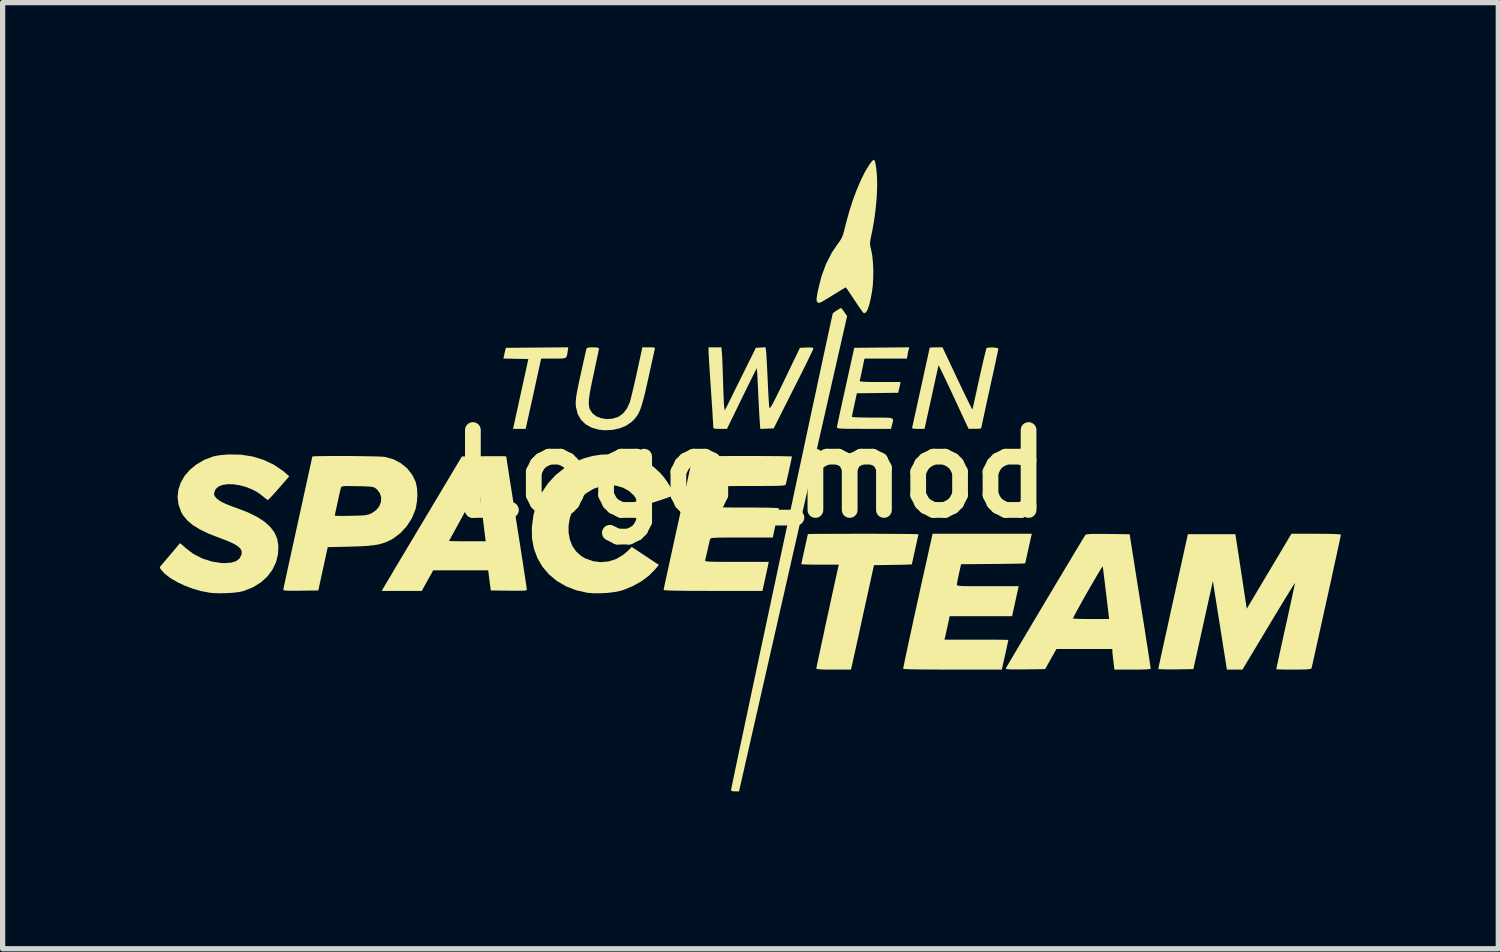
<source format=kicad_pcb>
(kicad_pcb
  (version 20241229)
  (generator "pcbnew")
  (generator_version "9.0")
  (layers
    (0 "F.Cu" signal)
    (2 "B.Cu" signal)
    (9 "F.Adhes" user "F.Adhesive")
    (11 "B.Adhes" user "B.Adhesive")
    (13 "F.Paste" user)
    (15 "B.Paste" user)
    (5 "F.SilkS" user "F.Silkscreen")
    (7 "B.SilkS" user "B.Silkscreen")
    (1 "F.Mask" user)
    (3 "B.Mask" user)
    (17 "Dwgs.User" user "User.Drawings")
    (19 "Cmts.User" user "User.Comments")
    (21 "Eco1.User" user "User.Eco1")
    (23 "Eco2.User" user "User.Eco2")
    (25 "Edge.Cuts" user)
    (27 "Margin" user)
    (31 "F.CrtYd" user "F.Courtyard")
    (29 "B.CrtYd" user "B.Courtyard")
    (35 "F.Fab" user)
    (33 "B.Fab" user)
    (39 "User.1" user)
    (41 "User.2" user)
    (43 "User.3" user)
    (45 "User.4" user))
  (footprint "Logo_mod"
    (layer "F.Cu")
    (at 11.264 5.984)
    (property "Reference" "Logo_mod" (at 0 0 0) (layer "F.SilkS") (effects (font (size 1.524 1.524) (thickness 0.3))))
    (attr board_only exclude_from_pos_files exclude_from_bom)
    (fp_poly (pts (xy -3.491 -2.329) (xy -3.499 -2.277) (xy -3.508 -2.24) (xy -3.525 -2.217) (xy -3.554 -2.204) (xy -3.603 -2.198) (xy -3.676 -2.197) (xy -3.759 -2.197) (xy -3.996 -2.197) (xy -4.116 -1.648) (xy -4.147 -1.506) (xy -4.177 -1.37) (xy -4.205 -1.245) (xy -4.229 -1.137) (xy -4.248 -1.05) (xy -4.261 -0.991) (xy -4.264 -0.978) (xy -4.291 -0.857) (xy -4.532 -0.857) (xy -4.464 -1.166) (xy -4.437 -1.288) (xy -4.406 -1.433) (xy -4.372 -1.586) (xy -4.34 -1.734) (xy -4.318 -1.831) (xy -4.24 -2.188) (xy -4.477 -2.193) (xy -4.715 -2.198) (xy -4.703 -2.256) (xy -4.691 -2.312) (xy -4.68 -2.358) (xy -4.668 -2.402) (xy -4.074 -2.407) (xy -3.479 -2.412)) (stroke (width 0) (type solid)) (fill yes) (layer "F.SilkS"))
    (fp_poly (pts (xy 1.736 -3.148) (xy 1.763 -3.114) (xy 1.784 -3.084) (xy 1.838 -3.007) (xy 0.807 1.524) (xy -0.223 6.055) (xy -0.299 6.055) (xy -0.35 6.052) (xy -0.373 6.039) (xy -0.375 6.028) (xy -0.371 6.008) (xy -0.361 5.955) (xy -0.343 5.87) (xy -0.319 5.756) (xy -0.29 5.615) (xy -0.254 5.447) (xy -0.214 5.255) (xy -0.168 5.04) (xy -0.118 4.805) (xy -0.064 4.551) (xy -0.007 4.28) (xy 0.054 3.994) (xy 0.118 3.694) (xy 0.184 3.382) (xy 0.253 3.06) (xy 0.323 2.73) (xy 0.395 2.393) (xy 0.468 2.052) (xy 0.541 1.708) (xy 0.615 1.363) (xy 0.689 1.018) (xy 0.762 0.676) (xy 0.834 0.337) (xy 0.905 0.005) (xy 0.975 -0.319) (xy 1.042 -0.634) (xy 1.107 -0.938) (xy 1.169 -1.228) (xy 1.229 -1.504) (xy 1.284 -1.763) (xy 1.336 -2.004) (xy 1.383 -2.225) (xy 1.426 -2.423) (xy 1.464 -2.598) (xy 1.496 -2.748) (xy 1.523 -2.87) (xy 1.543 -2.963) (xy 1.557 -3.026) (xy 1.564 -3.055) (xy 1.565 -3.058) (xy 1.584 -3.075) (xy 1.621 -3.102) (xy 1.665 -3.13) (xy 1.702 -3.153) (xy 1.722 -3.162)) (stroke (width 0) (type solid)) (fill yes) (layer "F.SilkS"))
    (fp_poly (pts (xy 3.012 -2.371) (xy 3.001 -2.326) (xy 2.991 -2.27) (xy 2.99 -2.264) (xy 2.978 -2.197) (xy 2.169 -2.197) (xy 2.127 -1.997) (xy 2.11 -1.915) (xy 2.095 -1.845) (xy 2.083 -1.795) (xy 2.077 -1.774) (xy 2.081 -1.766) (xy 2.1 -1.76) (xy 2.14 -1.756) (xy 2.203 -1.753) (xy 2.293 -1.751) (xy 2.414 -1.751) (xy 2.463 -1.75) (xy 2.857 -1.75) (xy 2.846 -1.692) (xy 2.834 -1.636) (xy 2.822 -1.59) (xy 2.811 -1.545) (xy 2.417 -1.54) (xy 2.024 -1.535) (xy 1.976 -1.317) (xy 1.958 -1.233) (xy 1.943 -1.161) (xy 1.933 -1.11) (xy 1.929 -1.086) (xy 1.929 -1.085) (xy 1.946 -1.081) (xy 1.994 -1.078) (xy 2.067 -1.075) (xy 2.161 -1.073) (xy 2.269 -1.072) (xy 2.322 -1.072) (xy 2.453 -1.072) (xy 2.553 -1.071) (xy 2.625 -1.069) (xy 2.673 -1.063) (xy 2.701 -1.052) (xy 2.713 -1.035) (xy 2.713 -1.01) (xy 2.705 -0.975) (xy 2.695 -0.937) (xy 2.675 -0.857) (xy 2.159 -0.857) (xy 2.01 -0.858) (xy 1.892 -0.858) (xy 1.803 -0.859) (xy 1.738 -0.861) (xy 1.693 -0.864) (xy 1.665 -0.869) (xy 1.651 -0.875) (xy 1.645 -0.883) (xy 1.644 -0.889) (xy 1.648 -0.912) (xy 1.659 -0.967) (xy 1.676 -1.049) (xy 1.699 -1.155) (xy 1.726 -1.28) (xy 1.757 -1.421) (xy 1.791 -1.574) (xy 1.81 -1.661) (xy 1.974 -2.402) (xy 2.499 -2.407) (xy 3.023 -2.412)) (stroke (width 0) (type solid)) (fill yes) (layer "F.SilkS"))
    (fp_poly (pts (xy 2.357 -5.98) (xy 2.372 -5.947) (xy 2.384 -5.884) (xy 2.396 -5.802) (xy 2.409 -5.649) (xy 2.411 -5.469) (xy 2.402 -5.271) (xy 2.383 -5.06) (xy 2.355 -4.845) (xy 2.318 -4.633) (xy 2.302 -4.56) (xy 2.286 -4.48) (xy 2.277 -4.423) (xy 2.275 -4.379) (xy 2.281 -4.336) (xy 2.293 -4.283) (xy 2.296 -4.271) (xy 2.317 -4.164) (xy 2.33 -4.032) (xy 2.337 -3.886) (xy 2.336 -3.736) (xy 2.328 -3.594) (xy 2.314 -3.481) (xy 2.285 -3.328) (xy 2.256 -3.21) (xy 2.227 -3.127) (xy 2.196 -3.078) (xy 2.166 -3.063) (xy 2.149 -3.069) (xy 2.133 -3.088) (xy 2.102 -3.131) (xy 2.058 -3.193) (xy 2.007 -3.269) (xy 1.974 -3.318) (xy 1.921 -3.398) (xy 1.875 -3.467) (xy 1.839 -3.519) (xy 1.817 -3.549) (xy 1.812 -3.555) (xy 1.795 -3.546) (xy 1.753 -3.521) (xy 1.692 -3.484) (xy 1.617 -3.438) (xy 1.575 -3.412) (xy 1.477 -3.352) (xy 1.405 -3.308) (xy 1.354 -3.279) (xy 1.32 -3.264) (xy 1.298 -3.259) (xy 1.284 -3.263) (xy 1.272 -3.273) (xy 1.268 -3.278) (xy 1.258 -3.296) (xy 1.255 -3.325) (xy 1.26 -3.37) (xy 1.271 -3.439) (xy 1.282 -3.497) (xy 1.348 -3.762) (xy 1.435 -3.999) (xy 1.544 -4.213) (xy 1.651 -4.372) (xy 1.69 -4.425) (xy 1.719 -4.47) (xy 1.742 -4.515) (xy 1.762 -4.569) (xy 1.782 -4.639) (xy 1.806 -4.735) (xy 1.812 -4.759) (xy 1.874 -4.986) (xy 1.943 -5.205) (xy 2.019 -5.41) (xy 2.099 -5.597) (xy 2.18 -5.76) (xy 2.261 -5.893) (xy 2.28 -5.92) (xy 2.314 -5.963) (xy 2.339 -5.984)) (stroke (width 0) (type solid)) (fill yes) (layer "F.SilkS"))
    (fp_poly (pts (xy -1.879 -2.411) (xy -1.844 -2.407) (xy -1.829 -2.398) (xy -1.829 -2.38) (xy -1.831 -2.371) (xy -1.837 -2.344) (xy -1.85 -2.286) (xy -1.868 -2.204) (xy -1.891 -2.101) (xy -1.917 -1.983) (xy -1.945 -1.856) (xy -1.946 -1.849) (xy -1.986 -1.67) (xy -2.02 -1.523) (xy -2.051 -1.403) (xy -2.079 -1.305) (xy -2.106 -1.227) (xy -2.134 -1.163) (xy -2.164 -1.111) (xy -2.197 -1.066) (xy -2.236 -1.023) (xy -2.273 -0.988) (xy -2.374 -0.918) (xy -2.498 -0.867) (xy -2.637 -0.837) (xy -2.783 -0.83) (xy -2.893 -0.841) (xy -3.033 -0.88) (xy -3.148 -0.944) (xy -3.237 -1.031) (xy -3.299 -1.14) (xy -3.331 -1.27) (xy -3.336 -1.313) (xy -3.337 -1.358) (xy -3.334 -1.408) (xy -3.328 -1.466) (xy -3.316 -1.54) (xy -3.298 -1.633) (xy -3.274 -1.75) (xy -3.243 -1.893) (xy -3.215 -2.017) (xy -3.19 -2.131) (xy -3.168 -2.229) (xy -3.15 -2.307) (xy -3.138 -2.359) (xy -3.133 -2.38) (xy -3.121 -2.398) (xy -3.094 -2.407) (xy -3.043 -2.411) (xy -3.009 -2.411) (xy -2.941 -2.409) (xy -2.904 -2.401) (xy -2.894 -2.388) (xy -2.897 -2.365) (xy -2.908 -2.312) (xy -2.924 -2.234) (xy -2.945 -2.135) (xy -2.969 -2.022) (xy -2.992 -1.916) (xy -3.027 -1.751) (xy -3.054 -1.617) (xy -3.073 -1.508) (xy -3.084 -1.422) (xy -3.088 -1.354) (xy -3.085 -1.299) (xy -3.075 -1.254) (xy -3.065 -1.225) (xy -3.016 -1.152) (xy -2.943 -1.096) (xy -2.851 -1.06) (xy -2.748 -1.043) (xy -2.642 -1.05) (xy -2.539 -1.08) (xy -2.516 -1.091) (xy -2.432 -1.153) (xy -2.361 -1.243) (xy -2.309 -1.356) (xy -2.305 -1.366) (xy -2.292 -1.413) (xy -2.273 -1.488) (xy -2.249 -1.587) (xy -2.222 -1.703) (xy -2.193 -1.829) (xy -2.168 -1.943) (xy -2.066 -2.411) (xy -1.944 -2.411)) (stroke (width 0) (type solid)) (fill yes) (layer "F.SilkS"))
    (fp_poly (pts (xy 3.94 -1.811) (xy 4.004 -1.676) (xy 4.063 -1.553) (xy 4.116 -1.444) (xy 4.16 -1.354) (xy 4.195 -1.285) (xy 4.218 -1.241) (xy 4.228 -1.226) (xy 4.228 -1.226) (xy 4.232 -1.247) (xy 4.244 -1.298) (xy 4.261 -1.376) (xy 4.283 -1.475) (xy 4.309 -1.593) (xy 4.338 -1.725) (xy 4.357 -1.812) (xy 4.388 -1.95) (xy 4.417 -2.077) (xy 4.443 -2.188) (xy 4.465 -2.28) (xy 4.483 -2.349) (xy 4.494 -2.389) (xy 4.498 -2.398) (xy 4.523 -2.405) (xy 4.572 -2.409) (xy 4.619 -2.408) (xy 4.68 -2.403) (xy 4.712 -2.393) (xy 4.721 -2.378) (xy 4.721 -2.376) (xy 4.716 -2.353) (xy 4.705 -2.299) (xy 4.687 -2.218) (xy 4.665 -2.113) (xy 4.638 -1.989) (xy 4.607 -1.848) (xy 4.573 -1.696) (xy 4.556 -1.614) (xy 4.521 -1.457) (xy 4.489 -1.311) (xy 4.461 -1.18) (xy 4.436 -1.067) (xy 4.417 -0.976) (xy 4.403 -0.91) (xy 4.395 -0.874) (xy 4.394 -0.868) (xy 4.378 -0.863) (xy 4.335 -0.859) (xy 4.275 -0.858) (xy 4.274 -0.858) (xy 4.153 -0.858) (xy 3.94 -1.318) (xy 3.88 -1.446) (xy 3.822 -1.571) (xy 3.767 -1.688) (xy 3.719 -1.79) (xy 3.68 -1.871) (xy 3.654 -1.925) (xy 3.581 -2.072) (xy 3.448 -1.465) (xy 3.314 -0.857) (xy 3.193 -0.857) (xy 3.129 -0.858) (xy 3.094 -0.862) (xy 3.079 -0.871) (xy 3.079 -0.889) (xy 3.081 -0.898) (xy 3.09 -0.935) (xy 3.104 -1.001) (xy 3.124 -1.09) (xy 3.148 -1.198) (xy 3.175 -1.321) (xy 3.204 -1.454) (xy 3.235 -1.594) (xy 3.266 -1.734) (xy 3.296 -1.873) (xy 3.325 -2.004) (xy 3.351 -2.123) (xy 3.374 -2.227) (xy 3.392 -2.311) (xy 3.405 -2.37) (xy 3.411 -2.4) (xy 3.412 -2.403) (xy 3.428 -2.407) (xy 3.471 -2.41) (xy 3.531 -2.411) (xy 3.534 -2.411) (xy 3.657 -2.411)) (stroke (width 0) (type solid)) (fill yes) (layer "F.SilkS"))
    (fp_poly (pts (xy -2.568 -0.371) (xy -2.358 -0.35) (xy -2.172 -0.304) (xy -2.005 -0.233) (xy -1.854 -0.134) (xy -1.716 -0.006) (xy -1.715 -0.005) (xy -1.662 0.057) (xy -1.608 0.131) (xy -1.556 0.21) (xy -1.512 0.285) (xy -1.48 0.35) (xy -1.465 0.396) (xy -1.465 0.403) (xy -1.481 0.414) (xy -1.526 0.433) (xy -1.594 0.458) (xy -1.68 0.488) (xy -1.764 0.516) (xy -1.862 0.547) (xy -1.949 0.576) (xy -2.019 0.598) (xy -2.066 0.613) (xy -2.083 0.619) (xy -2.101 0.608) (xy -2.126 0.573) (xy -2.151 0.528) (xy -2.225 0.416) (xy -2.321 0.328) (xy -2.437 0.264) (xy -2.566 0.226) (xy -2.704 0.216) (xy -2.846 0.234) (xy -2.989 0.283) (xy -3.011 0.294) (xy -3.141 0.374) (xy -3.25 0.474) (xy -3.338 0.589) (xy -3.405 0.716) (xy -3.45 0.849) (xy -3.473 0.986) (xy -3.473 1.121) (xy -3.449 1.251) (xy -3.403 1.371) (xy -3.332 1.477) (xy -3.236 1.565) (xy -3.157 1.612) (xy -3.01 1.665) (xy -2.859 1.685) (xy -2.709 1.671) (xy -2.566 1.624) (xy -2.433 1.546) (xy -2.357 1.482) (xy -2.268 1.395) (xy -2.01 1.566) (xy -1.751 1.737) (xy -1.827 1.827) (xy -1.943 1.944) (xy -2.087 2.051) (xy -2.248 2.141) (xy -2.418 2.211) (xy -2.499 2.235) (xy -2.607 2.256) (xy -2.735 2.271) (xy -2.871 2.278) (xy -3.001 2.278) (xy -3.11 2.269) (xy -3.117 2.268) (xy -3.332 2.219) (xy -3.526 2.143) (xy -3.698 2.042) (xy -3.847 1.918) (xy -3.97 1.773) (xy -4.066 1.61) (xy -4.133 1.43) (xy -4.17 1.235) (xy -4.174 1.027) (xy -4.173 1.018) (xy -4.142 0.783) (xy -4.079 0.563) (xy -3.986 0.362) (xy -3.865 0.181) (xy -3.717 0.021) (xy -3.544 -0.116) (xy -3.346 -0.228) (xy -3.177 -0.296) (xy -3.018 -0.34) (xy -2.853 -0.365) (xy -2.671 -0.373)) (stroke (width 0) (type solid)) (fill yes) (layer "F.SilkS"))
    (fp_poly (pts (xy 2.334 1.143) (xy 2.513 1.144) (xy 2.678 1.145) (xy 2.826 1.146) (xy 2.954 1.147) (xy 3.058 1.148) (xy 3.135 1.15) (xy 3.182 1.151) (xy 3.197 1.153) (xy 3.194 1.173) (xy 3.183 1.221) (xy 3.168 1.293) (xy 3.148 1.38) (xy 3.135 1.442) (xy 3.114 1.536) (xy 3.096 1.618) (xy 3.082 1.681) (xy 3.074 1.718) (xy 3.072 1.726) (xy 3.055 1.728) (xy 3.008 1.73) (xy 2.935 1.733) (xy 2.843 1.735) (xy 2.737 1.736) (xy 2.711 1.737) (xy 2.35 1.742) (xy 2.142 2.688) (xy 2.103 2.868) (xy 2.066 3.039) (xy 2.031 3.197) (xy 2 3.338) (xy 1.973 3.46) (xy 1.951 3.559) (xy 1.935 3.632) (xy 1.925 3.675) (xy 1.923 3.684) (xy 1.911 3.733) (xy 1.58 3.733) (xy 1.458 3.733) (xy 1.367 3.731) (xy 1.305 3.727) (xy 1.268 3.722) (xy 1.252 3.715) (xy 1.25 3.711) (xy 1.254 3.691) (xy 1.265 3.64) (xy 1.281 3.562) (xy 1.303 3.461) (xy 1.329 3.34) (xy 1.358 3.204) (xy 1.39 3.056) (xy 1.423 2.9) (xy 1.458 2.74) (xy 1.493 2.58) (xy 1.527 2.423) (xy 1.559 2.275) (xy 1.589 2.138) (xy 1.616 2.016) (xy 1.639 1.913) (xy 1.656 1.833) (xy 1.668 1.781) (xy 1.67 1.773) (xy 1.68 1.733) (xy 1.322 1.733) (xy 1.214 1.732) (xy 1.118 1.731) (xy 1.041 1.729) (xy 0.989 1.726) (xy 0.965 1.724) (xy 0.965 1.723) (xy 0.968 1.703) (xy 0.979 1.654) (xy 0.994 1.583) (xy 1.013 1.495) (xy 1.027 1.434) (xy 1.048 1.339) (xy 1.066 1.258) (xy 1.08 1.195) (xy 1.088 1.157) (xy 1.09 1.149) (xy 1.107 1.148) (xy 1.157 1.147) (xy 1.236 1.146) (xy 1.342 1.145) (xy 1.471 1.145) (xy 1.621 1.144) (xy 1.787 1.144) (xy 1.967 1.143) (xy 2.143 1.143)) (stroke (width 0) (type solid)) (fill yes) (layer "F.SilkS"))
    (fp_poly (pts (xy -4.772 -0.336) (xy -4.707 -0.335) (xy -4.669 -0.333) (xy -4.662 -0.331) (xy -4.659 -0.312) (xy -4.651 -0.261) (xy -4.639 -0.18) (xy -4.622 -0.073) (xy -4.602 0.059) (xy -4.578 0.211) (xy -4.551 0.382) (xy -4.522 0.568) (xy -4.49 0.767) (xy -4.466 0.926) (xy -4.433 1.133) (xy -4.402 1.33) (xy -4.373 1.515) (xy -4.347 1.683) (xy -4.324 1.834) (xy -4.304 1.962) (xy -4.289 2.066) (xy -4.277 2.143) (xy -4.271 2.19) (xy -4.269 2.203) (xy -4.272 2.214) (xy -4.283 2.221) (xy -4.308 2.226) (xy -4.35 2.229) (xy -4.415 2.23) (xy -4.506 2.23) (xy -4.613 2.229) (xy -4.956 2.224) (xy -5.006 1.84) (xy -6.054 1.84) (xy -6.163 2.036) (xy -6.273 2.233) (xy -7.036 2.233) (xy -6.966 2.112) (xy -6.945 2.077) (xy -6.908 2.015) (xy -6.855 1.927) (xy -6.79 1.816) (xy -6.712 1.686) (xy -6.624 1.538) (xy -6.527 1.376) (xy -6.47 1.28) (xy -5.752 1.28) (xy -5.735 1.282) (xy -5.687 1.284) (xy -5.615 1.285) (xy -5.523 1.286) (xy -5.418 1.286) (xy -5.402 1.286) (xy -5.053 1.286) (xy -5.063 1.21) (xy -5.068 1.17) (xy -5.077 1.1) (xy -5.088 1.008) (xy -5.101 0.901) (xy -5.115 0.785) (xy -5.118 0.759) (xy -5.132 0.643) (xy -5.145 0.534) (xy -5.157 0.44) (xy -5.166 0.367) (xy -5.172 0.322) (xy -5.173 0.316) (xy -5.176 0.298) (xy -5.181 0.288) (xy -5.189 0.288) (xy -5.203 0.301) (xy -5.223 0.33) (xy -5.252 0.377) (xy -5.292 0.445) (xy -5.344 0.538) (xy -5.41 0.656) (xy -5.468 0.761) (xy -5.536 0.885) (xy -5.598 0.998) (xy -5.652 1.097) (xy -5.697 1.178) (xy -5.729 1.238) (xy -5.748 1.273) (xy -5.752 1.28) (xy -6.47 1.28) (xy -6.423 1.202) (xy -6.314 1.019) (xy -6.201 0.831) (xy -5.508 -0.33) (xy -5.085 -0.335) (xy -4.966 -0.336) (xy -4.86 -0.336)) (stroke (width 0) (type solid)) (fill yes) (layer "F.SilkS"))
    (fp_poly (pts (xy 5.35 1.183) (xy 5.338 1.236) (xy 5.322 1.306) (xy 5.304 1.388) (xy 5.285 1.473) (xy 5.267 1.555) (xy 5.251 1.625) (xy 5.24 1.678) (xy 5.234 1.705) (xy 5.234 1.708) (xy 5.216 1.709) (xy 5.168 1.711) (xy 5.091 1.713) (xy 4.991 1.715) (xy 4.872 1.716) (xy 4.738 1.718) (xy 4.622 1.719) (xy 4.011 1.724) (xy 3.971 1.902) (xy 3.954 1.981) (xy 3.941 2.048) (xy 3.933 2.096) (xy 3.931 2.112) (xy 3.932 2.121) (xy 3.94 2.128) (xy 3.958 2.133) (xy 3.99 2.137) (xy 4.039 2.14) (xy 4.108 2.142) (xy 4.201 2.143) (xy 4.322 2.143) (xy 4.474 2.143) (xy 4.519 2.143) (xy 5.109 2.143) (xy 5.1 2.184) (xy 5.093 2.217) (xy 5.08 2.276) (xy 5.063 2.353) (xy 5.046 2.429) (xy 5.028 2.514) (xy 5.011 2.59) (xy 4.999 2.647) (xy 4.992 2.675) (xy 4.983 2.715) (xy 3.793 2.715) (xy 3.754 2.898) (xy 3.736 2.979) (xy 3.72 3.05) (xy 3.709 3.102) (xy 3.704 3.121) (xy 3.693 3.162) (xy 4.303 3.162) (xy 4.446 3.162) (xy 4.578 3.162) (xy 4.693 3.163) (xy 4.788 3.164) (xy 4.859 3.166) (xy 4.901 3.167) (xy 4.912 3.169) (xy 4.908 3.187) (xy 4.899 3.233) (xy 4.884 3.299) (xy 4.867 3.379) (xy 4.848 3.464) (xy 4.829 3.547) (xy 4.812 3.622) (xy 4.799 3.681) (xy 4.796 3.693) (xy 4.786 3.733) (xy 3.85 3.733) (xy 3.671 3.733) (xy 3.502 3.732) (xy 3.348 3.731) (xy 3.212 3.73) (xy 3.097 3.728) (xy 3.006 3.726) (xy 2.942 3.723) (xy 2.91 3.721) (xy 2.907 3.72) (xy 2.909 3.701) (xy 2.919 3.649) (xy 2.936 3.567) (xy 2.959 3.458) (xy 2.988 3.324) (xy 3.021 3.167) (xy 3.06 2.99) (xy 3.102 2.795) (xy 3.148 2.585) (xy 3.197 2.362) (xy 3.248 2.129) (xy 3.302 1.888) (xy 3.357 1.641) (xy 3.412 1.391) (xy 3.437 1.282) (xy 3.468 1.143) (xy 5.359 1.143)) (stroke (width 0) (type solid)) (fill yes) (layer "F.SilkS"))
    (fp_poly (pts (xy 6.808 1.147) (xy 6.812 1.147) (xy 7.225 1.152) (xy 7.425 2.42) (xy 7.458 2.629) (xy 7.49 2.828) (xy 7.519 3.013) (xy 7.545 3.183) (xy 7.569 3.334) (xy 7.589 3.464) (xy 7.605 3.57) (xy 7.617 3.648) (xy 7.624 3.696) (xy 7.626 3.711) (xy 7.618 3.719) (xy 7.591 3.725) (xy 7.541 3.729) (xy 7.464 3.732) (xy 7.357 3.733) (xy 7.281 3.733) (xy 6.935 3.733) (xy 6.915 3.576) (xy 6.906 3.5) (xy 6.899 3.434) (xy 6.895 3.389) (xy 6.895 3.379) (xy 6.895 3.34) (xy 5.83 3.34) (xy 5.613 3.724) (xy 5.234 3.729) (xy 5.105 3.73) (xy 5.008 3.73) (xy 4.939 3.729) (xy 4.894 3.725) (xy 4.87 3.72) (xy 4.863 3.713) (xy 4.863 3.711) (xy 4.874 3.692) (xy 4.901 3.645) (xy 4.943 3.573) (xy 4.999 3.479) (xy 5.066 3.365) (xy 5.143 3.235) (xy 5.229 3.091) (xy 5.321 2.936) (xy 5.418 2.772) (xy 5.426 2.759) (xy 6.145 2.759) (xy 6.162 2.762) (xy 6.209 2.764) (xy 6.281 2.767) (xy 6.372 2.768) (xy 6.478 2.769) (xy 6.489 2.769) (xy 6.834 2.769) (xy 6.776 2.282) (xy 6.76 2.153) (xy 6.746 2.034) (xy 6.733 1.931) (xy 6.723 1.849) (xy 6.716 1.792) (xy 6.712 1.765) (xy 6.712 1.765) (xy 6.703 1.775) (xy 6.679 1.811) (xy 6.643 1.87) (xy 6.597 1.947) (xy 6.544 2.038) (xy 6.485 2.139) (xy 6.425 2.244) (xy 6.364 2.35) (xy 6.307 2.453) (xy 6.254 2.548) (xy 6.209 2.63) (xy 6.174 2.696) (xy 6.152 2.74) (xy 6.145 2.759) (xy 5.426 2.759) (xy 5.519 2.603) (xy 5.621 2.431) (xy 5.724 2.26) (xy 5.824 2.091) (xy 5.922 1.928) (xy 6.014 1.774) (xy 6.1 1.631) (xy 6.177 1.501) (xy 6.245 1.389) (xy 6.301 1.297) (xy 6.343 1.227) (xy 6.371 1.182) (xy 6.381 1.165) (xy 6.396 1.158) (xy 6.429 1.152) (xy 6.483 1.148) (xy 6.561 1.146) (xy 6.669 1.146)) (stroke (width 0) (type solid)) (fill yes) (layer "F.SilkS"))
    (fp_poly (pts (xy 0.292 -2.345) (xy 0.296 -2.31) (xy 0.3 -2.244) (xy 0.305 -2.153) (xy 0.311 -2.043) (xy 0.317 -1.919) (xy 0.323 -1.795) (xy 0.329 -1.665) (xy 0.335 -1.544) (xy 0.341 -1.439) (xy 0.346 -1.353) (xy 0.351 -1.293) (xy 0.355 -1.264) (xy 0.36 -1.254) (xy 0.368 -1.257) (xy 0.382 -1.274) (xy 0.403 -1.308) (xy 0.433 -1.362) (xy 0.471 -1.438) (xy 0.521 -1.538) (xy 0.584 -1.666) (xy 0.652 -1.808) (xy 0.938 -2.402) (xy 1.067 -2.408) (xy 1.138 -2.409) (xy 1.179 -2.405) (xy 1.195 -2.394) (xy 1.196 -2.39) (xy 1.188 -2.37) (xy 1.165 -2.321) (xy 1.13 -2.247) (xy 1.083 -2.15) (xy 1.026 -2.035) (xy 0.961 -1.904) (xy 0.889 -1.761) (xy 0.816 -1.617) (xy 0.438 -0.866) (xy 0.182 -0.856) (xy 0.172 -0.995) (xy 0.168 -1.053) (xy 0.163 -1.14) (xy 0.157 -1.248) (xy 0.151 -1.37) (xy 0.144 -1.5) (xy 0.141 -1.572) (xy 0.135 -1.693) (xy 0.13 -1.801) (xy 0.125 -1.893) (xy 0.121 -1.961) (xy 0.118 -2.003) (xy 0.117 -2.014) (xy 0.109 -1.999) (xy 0.086 -1.956) (xy 0.052 -1.888) (xy 0.008 -1.799) (xy -0.046 -1.691) (xy -0.105 -1.569) (xy -0.17 -1.438) (xy -0.453 -0.857) (xy -0.584 -0.857) (xy -0.651 -0.858) (xy -0.69 -0.861) (xy -0.708 -0.87) (xy -0.714 -0.888) (xy -0.715 -0.907) (xy -0.716 -0.935) (xy -0.719 -0.995) (xy -0.725 -1.082) (xy -0.731 -1.192) (xy -0.74 -1.32) (xy -0.749 -1.461) (xy -0.759 -1.608) (xy -0.769 -1.76) (xy -0.779 -1.904) (xy -0.787 -2.035) (xy -0.794 -2.148) (xy -0.799 -2.239) (xy -0.803 -2.304) (xy -0.804 -2.335) (xy -0.804 -2.411) (xy -0.558 -2.411) (xy -0.547 -2.264) (xy -0.543 -2.2) (xy -0.539 -2.108) (xy -0.535 -1.997) (xy -0.531 -1.876) (xy -0.527 -1.752) (xy -0.527 -1.742) (xy -0.523 -1.624) (xy -0.519 -1.513) (xy -0.515 -1.416) (xy -0.511 -1.34) (xy -0.507 -1.292) (xy -0.506 -1.286) (xy -0.495 -1.206) (xy 0.098 -2.402) (xy 0.19 -2.408) (xy 0.282 -2.413)) (stroke (width 0) (type solid)) (fill yes) (layer "F.SilkS"))
    (fp_poly (pts (xy 10.918 1.144) (xy 11.036 1.145) (xy 11.132 1.148) (xy 11.202 1.152) (xy 11.244 1.156) (xy 11.253 1.16) (xy 11.249 1.18) (xy 11.239 1.231) (xy 11.222 1.311) (xy 11.199 1.415) (xy 11.172 1.541) (xy 11.14 1.684) (xy 11.106 1.843) (xy 11.069 2.013) (xy 11.03 2.19) (xy 10.99 2.372) (xy 10.949 2.555) (xy 10.909 2.737) (xy 10.87 2.912) (xy 10.833 3.079) (xy 10.799 3.233) (xy 10.768 3.371) (xy 10.742 3.491) (xy 10.72 3.588) (xy 10.704 3.659) (xy 10.694 3.701) (xy 10.691 3.711) (xy 10.678 3.719) (xy 10.645 3.725) (xy 10.587 3.73) (xy 10.502 3.732) (xy 10.385 3.733) (xy 10.352 3.733) (xy 10.247 3.733) (xy 10.157 3.732) (xy 10.085 3.73) (xy 10.038 3.728) (xy 10.021 3.725) (xy 10.021 3.725) (xy 10.024 3.706) (xy 10.035 3.656) (xy 10.052 3.579) (xy 10.074 3.476) (xy 10.101 3.353) (xy 10.132 3.212) (xy 10.166 3.057) (xy 10.199 2.908) (xy 10.236 2.743) (xy 10.269 2.588) (xy 10.3 2.448) (xy 10.327 2.325) (xy 10.348 2.224) (xy 10.365 2.147) (xy 10.375 2.098) (xy 10.378 2.081) (xy 10.369 2.092) (xy 10.343 2.132) (xy 10.303 2.197) (xy 10.249 2.284) (xy 10.183 2.391) (xy 10.108 2.515) (xy 10.024 2.654) (xy 9.933 2.804) (xy 9.877 2.898) (xy 9.376 3.733) (xy 9.079 3.733) (xy 9.029 3.416) (xy 9.012 3.311) (xy 8.992 3.18) (xy 8.968 3.03) (xy 8.943 2.871) (xy 8.917 2.711) (xy 8.895 2.572) (xy 8.812 2.045) (xy 8.79 2.143) (xy 8.782 2.182) (xy 8.767 2.251) (xy 8.745 2.346) (xy 8.719 2.464) (xy 8.689 2.6) (xy 8.656 2.749) (xy 8.621 2.907) (xy 8.604 2.983) (xy 8.44 3.724) (xy 8.105 3.729) (xy 8 3.73) (xy 7.909 3.729) (xy 7.836 3.727) (xy 7.788 3.724) (xy 7.771 3.72) (xy 7.771 3.72) (xy 7.775 3.701) (xy 7.785 3.65) (xy 7.803 3.569) (xy 7.826 3.461) (xy 7.855 3.33) (xy 7.888 3.178) (xy 7.926 3.008) (xy 7.967 2.822) (xy 8.01 2.623) (xy 8.053 2.429) (xy 8.335 1.152) (xy 9.241 1.152) (xy 9.35 1.862) (xy 9.458 2.573) (xy 9.884 1.858) (xy 10.31 1.143) (xy 10.782 1.143)) (stroke (width 0) (type solid)) (fill yes) (layer "F.SilkS"))
    (fp_poly (pts (xy -7.751 -0.339) (xy -7.614 -0.339) (xy -7.479 -0.337) (xy -7.35 -0.335) (xy -7.232 -0.333) (xy -7.129 -0.331) (xy -7.047 -0.328) (xy -6.989 -0.324) (xy -6.966 -0.321) (xy -6.811 -0.276) (xy -6.671 -0.202) (xy -6.552 -0.105) (xy -6.458 0.013) (xy -6.391 0.148) (xy -6.383 0.174) (xy -6.363 0.274) (xy -6.356 0.395) (xy -6.363 0.521) (xy -6.383 0.641) (xy -6.395 0.688) (xy -6.463 0.851) (xy -6.56 1.001) (xy -6.68 1.131) (xy -6.818 1.235) (xy -6.854 1.255) (xy -6.928 1.292) (xy -7.004 1.321) (xy -7.086 1.344) (xy -7.181 1.361) (xy -7.294 1.373) (xy -7.43 1.382) (xy -7.594 1.387) (xy -7.645 1.389) (xy -8.065 1.398) (xy -8.155 1.811) (xy -8.245 2.224) (xy -8.579 2.229) (xy -8.712 2.23) (xy -8.81 2.229) (xy -8.875 2.225) (xy -8.908 2.219) (xy -8.913 2.214) (xy -8.909 2.194) (xy -8.899 2.142) (xy -8.881 2.06) (xy -8.858 1.952) (xy -8.83 1.821) (xy -8.796 1.668) (xy -8.759 1.498) (xy -8.718 1.312) (xy -8.675 1.114) (xy -8.636 0.939) (xy -8.605 0.797) (xy -7.931 0.797) (xy -7.914 0.8) (xy -7.867 0.802) (xy -7.796 0.803) (xy -7.707 0.802) (xy -7.623 0.801) (xy -7.509 0.798) (xy -7.424 0.795) (xy -7.363 0.791) (xy -7.317 0.784) (xy -7.28 0.774) (xy -7.246 0.76) (xy -7.225 0.75) (xy -7.141 0.692) (xy -7.082 0.619) (xy -7.05 0.537) (xy -7.046 0.453) (xy -7.07 0.372) (xy -7.124 0.3) (xy -7.151 0.278) (xy -7.172 0.264) (xy -7.199 0.254) (xy -7.235 0.247) (xy -7.288 0.242) (xy -7.363 0.239) (xy -7.466 0.236) (xy -7.502 0.236) (xy -7.612 0.234) (xy -7.692 0.233) (xy -7.747 0.235) (xy -7.781 0.239) (xy -7.801 0.246) (xy -7.81 0.256) (xy -7.812 0.262) (xy -7.82 0.291) (xy -7.833 0.345) (xy -7.849 0.417) (xy -7.867 0.499) (xy -7.886 0.583) (xy -7.903 0.663) (xy -7.918 0.73) (xy -7.927 0.777) (xy -7.931 0.797) (xy -8.605 0.797) (xy -8.591 0.732) (xy -8.548 0.536) (xy -8.508 0.353) (xy -8.471 0.186) (xy -8.439 0.038) (xy -8.411 -0.089) (xy -8.388 -0.192) (xy -8.372 -0.268) (xy -8.362 -0.315) (xy -8.359 -0.329) (xy -8.342 -0.332) (xy -8.294 -0.335) (xy -8.22 -0.337) (xy -8.123 -0.338) (xy -8.01 -0.339) (xy -7.884 -0.34)) (stroke (width 0) (type solid)) (fill yes) (layer "F.SilkS"))
    (fp_poly (pts (xy -9.725 -0.365) (xy -9.501 -0.331) (xy -9.289 -0.266) (xy -9.093 -0.174) (xy -8.917 -0.054) (xy -8.878 -0.022) (xy -8.799 0.048) (xy -8.995 0.273) (xy -9.06 0.347) (xy -9.119 0.412) (xy -9.165 0.461) (xy -9.196 0.492) (xy -9.205 0.499) (xy -9.226 0.489) (xy -9.263 0.461) (xy -9.302 0.428) (xy -9.399 0.356) (xy -9.509 0.297) (xy -9.627 0.25) (xy -9.747 0.218) (xy -9.864 0.2) (xy -9.974 0.198) (xy -10.07 0.212) (xy -10.147 0.242) (xy -10.2 0.29) (xy -10.209 0.305) (xy -10.232 0.367) (xy -10.226 0.417) (xy -10.189 0.465) (xy -10.186 0.468) (xy -10.14 0.505) (xy -10.082 0.54) (xy -10.005 0.576) (xy -9.905 0.616) (xy -9.806 0.651) (xy -9.595 0.732) (xy -9.418 0.818) (xy -9.275 0.91) (xy -9.163 1.01) (xy -9.082 1.117) (xy -9.03 1.234) (xy -9.007 1.361) (xy -9.006 1.368) (xy -9.013 1.533) (xy -9.052 1.689) (xy -9.122 1.833) (xy -9.22 1.962) (xy -9.345 2.074) (xy -9.493 2.165) (xy -9.663 2.232) (xy -9.699 2.242) (xy -9.779 2.258) (xy -9.883 2.269) (xy -10.001 2.276) (xy -10.122 2.278) (xy -10.234 2.275) (xy -10.315 2.267) (xy -10.476 2.237) (xy -10.637 2.191) (xy -10.793 2.132) (xy -10.938 2.063) (xy -11.066 1.988) (xy -11.17 1.908) (xy -11.244 1.827) (xy -11.247 1.824) (xy -11.264 1.792) (xy -11.259 1.768) (xy -11.24 1.745) (xy -11.217 1.719) (xy -11.179 1.674) (xy -11.13 1.616) (xy -11.074 1.55) (xy -11.018 1.484) (xy -10.966 1.423) (xy -10.923 1.371) (xy -10.894 1.336) (xy -10.884 1.324) (xy -10.87 1.332) (xy -10.836 1.359) (xy -10.789 1.401) (xy -10.772 1.417) (xy -10.627 1.527) (xy -10.46 1.613) (xy -10.28 1.672) (xy -10.092 1.701) (xy -10.03 1.703) (xy -9.907 1.694) (xy -9.814 1.666) (xy -9.749 1.617) (xy -9.712 1.547) (xy -9.707 1.526) (xy -9.706 1.478) (xy -9.727 1.432) (xy -9.77 1.388) (xy -9.84 1.343) (xy -9.938 1.296) (xy -10.068 1.244) (xy -10.145 1.216) (xy -10.341 1.139) (xy -10.505 1.06) (xy -10.638 0.977) (xy -10.742 0.889) (xy -10.821 0.794) (xy -10.86 0.727) (xy -10.911 0.586) (xy -10.928 0.445) (xy -10.913 0.304) (xy -10.868 0.169) (xy -10.795 0.041) (xy -10.695 -0.075) (xy -10.57 -0.178) (xy -10.423 -0.264) (xy -10.254 -0.329) (xy -10.253 -0.33) (xy -10.193 -0.343) (xy -10.109 -0.356) (xy -10.016 -0.365) (xy -9.958 -0.369)) (stroke (width 0) (type solid)) (fill yes) (layer "F.SilkS"))
    (fp_poly (pts (xy 0.019 -0.339) (xy 0.188 -0.339) (xy 0.343 -0.338) (xy 0.479 -0.337) (xy 0.595 -0.336) (xy 0.686 -0.334) (xy 0.75 -0.333) (xy 0.782 -0.331) (xy 0.786 -0.33) (xy 0.782 -0.31) (xy 0.772 -0.262) (xy 0.758 -0.194) (xy 0.74 -0.114) (xy 0.722 -0.03) (xy 0.703 0.051) (xy 0.687 0.122) (xy 0.675 0.174) (xy 0.668 0.201) (xy 0.663 0.209) (xy 0.653 0.216) (xy 0.632 0.221) (xy 0.598 0.225) (xy 0.548 0.228) (xy 0.477 0.23) (xy 0.383 0.231) (xy 0.26 0.232) (xy 0.107 0.232) (xy 0.054 0.232) (xy -0.11 0.232) (xy -0.241 0.233) (xy -0.344 0.234) (xy -0.422 0.235) (xy -0.478 0.238) (xy -0.516 0.242) (xy -0.54 0.246) (xy -0.554 0.253) (xy -0.56 0.261) (xy -0.561 0.263) (xy -0.568 0.29) (xy -0.579 0.341) (xy -0.594 0.406) (xy -0.61 0.477) (xy -0.624 0.544) (xy -0.636 0.599) (xy -0.642 0.632) (xy -0.643 0.638) (xy -0.626 0.639) (xy -0.577 0.64) (xy -0.501 0.641) (xy -0.402 0.642) (xy -0.283 0.643) (xy -0.15 0.643) (xy -0.054 0.643) (xy 0.087 0.643) (xy 0.216 0.645) (xy 0.329 0.646) (xy 0.421 0.649) (xy 0.489 0.651) (xy 0.528 0.654) (xy 0.536 0.656) (xy 0.532 0.678) (xy 0.523 0.728) (xy 0.508 0.8) (xy 0.49 0.888) (xy 0.478 0.942) (xy 0.421 1.215) (xy -0.173 1.215) (xy -0.334 1.215) (xy -0.464 1.215) (xy -0.565 1.216) (xy -0.641 1.218) (xy -0.696 1.221) (xy -0.733 1.224) (xy -0.756 1.229) (xy -0.769 1.236) (xy -0.774 1.244) (xy -0.775 1.246) (xy -0.783 1.276) (xy -0.796 1.332) (xy -0.812 1.404) (xy -0.822 1.447) (xy -0.839 1.523) (xy -0.855 1.589) (xy -0.866 1.635) (xy -0.869 1.648) (xy -0.869 1.656) (xy -0.863 1.663) (xy -0.848 1.668) (xy -0.818 1.672) (xy -0.772 1.675) (xy -0.706 1.677) (xy -0.616 1.678) (xy -0.499 1.679) (xy -0.351 1.679) (xy -0.267 1.679) (xy 0.344 1.679) (xy 0.335 1.719) (xy 0.329 1.751) (xy 0.316 1.81) (xy 0.299 1.888) (xy 0.28 1.978) (xy 0.276 1.996) (xy 0.224 2.233) (xy -0.719 2.233) (xy -0.953 2.232) (xy -1.153 2.232) (xy -1.318 2.23) (xy -1.45 2.228) (xy -1.549 2.225) (xy -1.617 2.222) (xy -1.654 2.217) (xy -1.661 2.214) (xy -1.657 2.194) (xy -1.647 2.142) (xy -1.629 2.06) (xy -1.606 1.952) (xy -1.577 1.821) (xy -1.544 1.668) (xy -1.507 1.498) (xy -1.466 1.312) (xy -1.423 1.114) (xy -1.384 0.939) (xy -1.339 0.732) (xy -1.296 0.536) (xy -1.256 0.353) (xy -1.219 0.186) (xy -1.187 0.038) (xy -1.159 -0.089) (xy -1.136 -0.192) (xy -1.12 -0.268) (xy -1.11 -0.315) (xy -1.107 -0.329) (xy -1.09 -0.331) (xy -1.04 -0.333) (xy -0.961 -0.334) (xy -0.857 -0.336) (xy -0.729 -0.337) (xy -0.583 -0.338) (xy -0.42 -0.339) (xy -0.245 -0.339) (xy -0.161 -0.339)) (stroke (width 0) (type solid)) (fill yes) (layer "F.SilkS")))
  (gr_rect
    (start -3 -3)
    (end 25.518 15.04)
    (stroke (width 0.1) (type default))
    (fill no)
    (layer "Edge.Cuts")))
</source>
